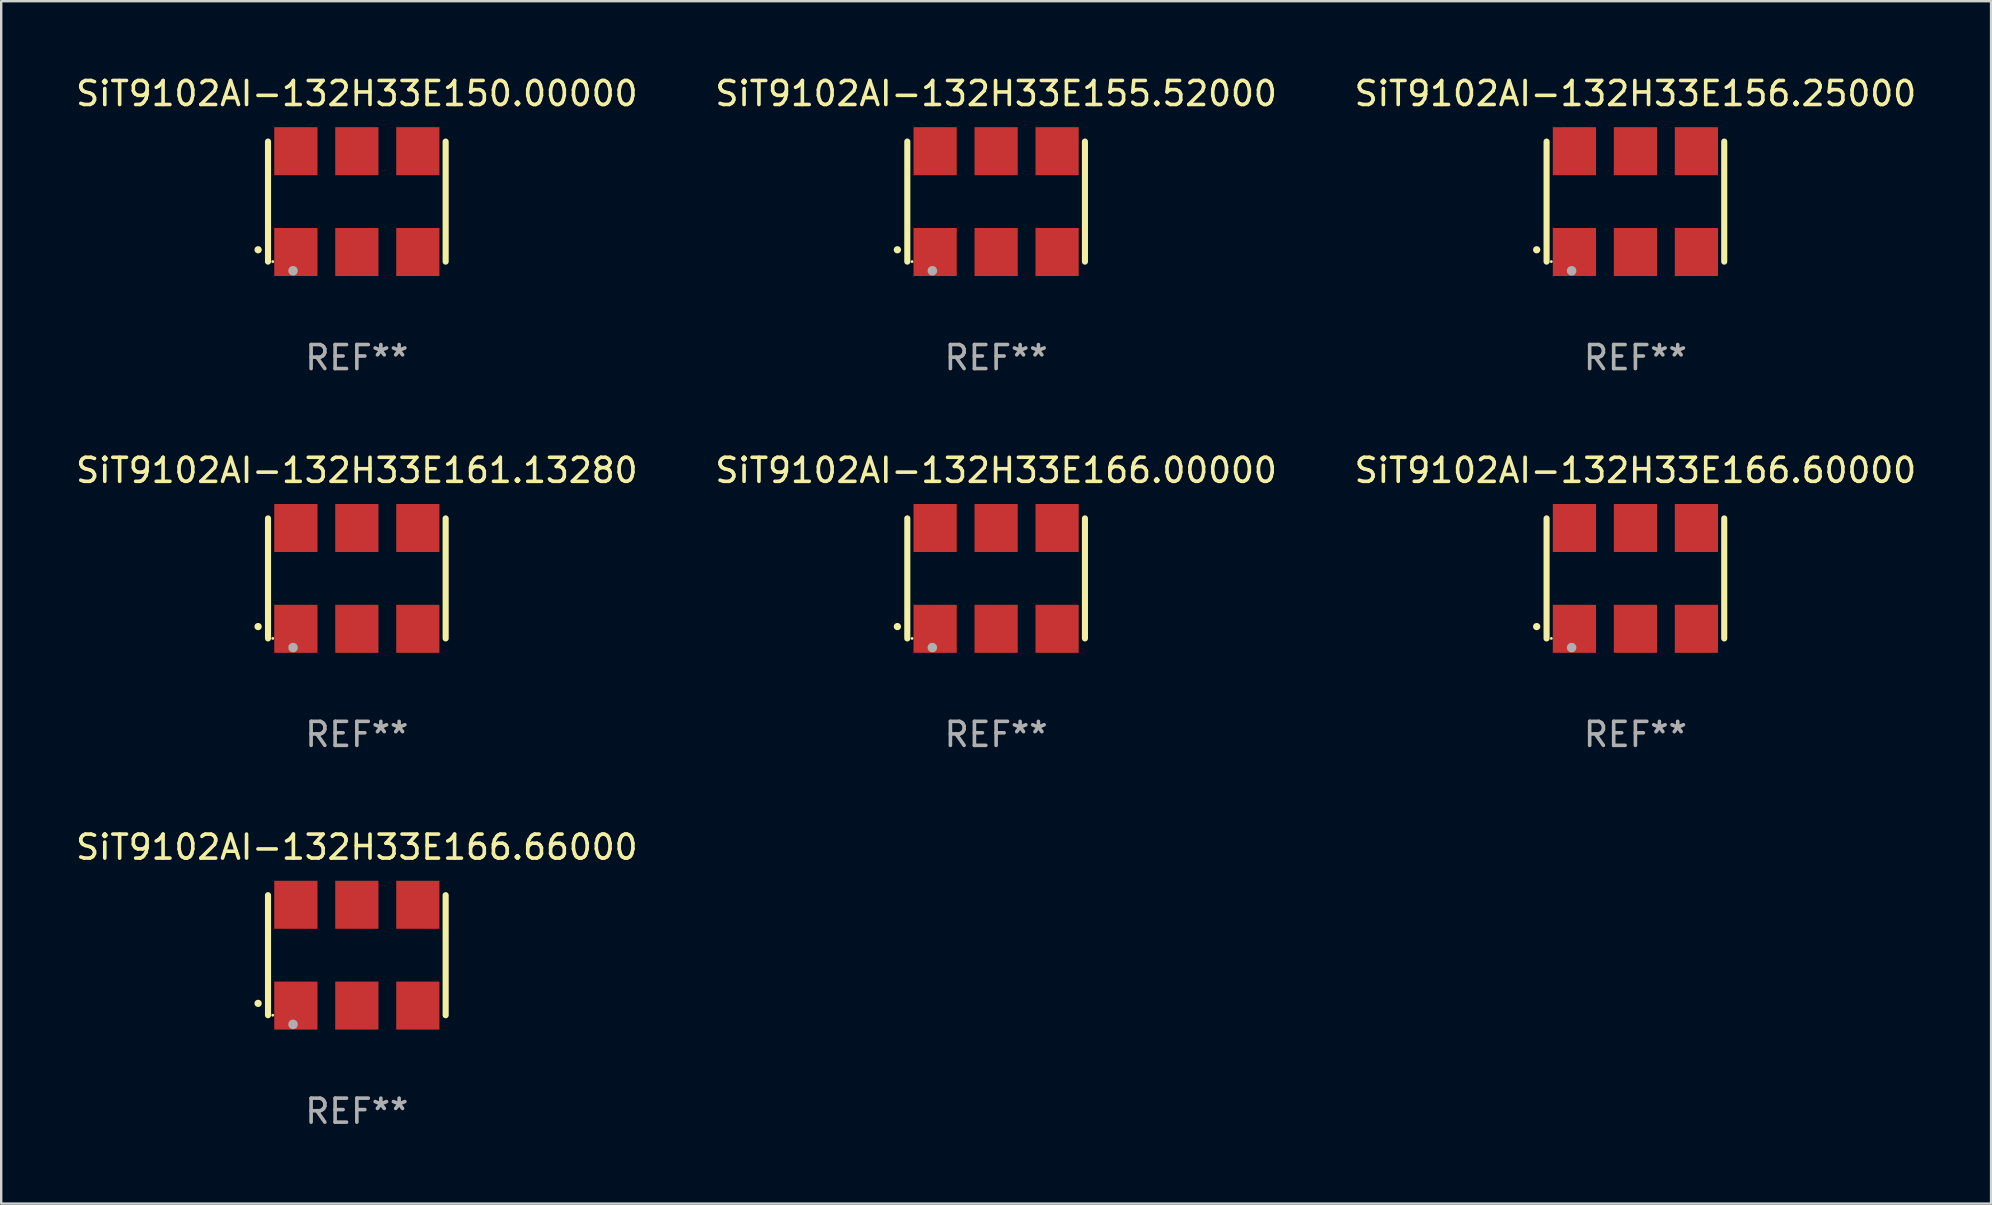
<source format=kicad_pcb>
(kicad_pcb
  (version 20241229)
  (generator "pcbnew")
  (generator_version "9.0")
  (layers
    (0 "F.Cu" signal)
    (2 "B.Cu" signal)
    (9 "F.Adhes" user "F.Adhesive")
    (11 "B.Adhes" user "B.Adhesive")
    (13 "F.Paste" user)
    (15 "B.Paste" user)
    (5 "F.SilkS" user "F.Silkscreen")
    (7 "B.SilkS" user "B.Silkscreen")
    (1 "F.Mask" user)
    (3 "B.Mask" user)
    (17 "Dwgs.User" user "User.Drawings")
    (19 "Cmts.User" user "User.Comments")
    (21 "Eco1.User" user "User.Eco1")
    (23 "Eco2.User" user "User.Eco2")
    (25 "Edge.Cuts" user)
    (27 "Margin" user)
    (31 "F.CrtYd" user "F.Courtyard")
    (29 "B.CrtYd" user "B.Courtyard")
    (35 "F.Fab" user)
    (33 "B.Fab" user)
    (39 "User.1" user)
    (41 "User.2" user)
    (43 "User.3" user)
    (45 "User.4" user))
  (footprint "SiT9102AI-132H33E166.66000"
    (layer "F.Cu")
    (at 11.815 36.741)
    (property "Reference" "SiT9102AI-132H33E166.66000" (at 0 -4.5 0) (layer "F.SilkS") (effects (font (size 1 1) (thickness 0.15))))
    (attr through_hole)
    (fp_line (start -3.7 -2.5) (end -3.7 2.5) (stroke (width 0.254) (type solid)) (layer "F.SilkS"))
    (fp_line (start 3.7 -2.5) (end 3.7 2.5) (stroke (width 0.254) (type solid)) (layer "F.SilkS"))
    (fp_arc (start -4.114415 2.006604) (mid -4.113145 2.006599) (end -4.111875 2.006604) (stroke (width 0.3) (type solid)) (layer "F.SilkS"))
    (fp_circle (center -3.502 2.5) (end -3.472 2.5) (stroke (width 0.06) (type solid)) (fill no) (layer "F.SilkS"))
    (fp_circle (center -2.657 2.882) (end -2.557 2.882) (stroke (width 0.2) (type solid)) (fill no) (layer "F.Fab"))
    (fp_text user "REF**" (at 0 6.5 0) (layer "F.Fab") (effects (font (size 1 1) (thickness 0.15))))
    (pad "1" smd rect (at -2.54 2.1) (size 1.8 2) (layers "F.Cu" "F.Mask" "F.Paste"))
    (pad "2" smd rect (at 0.000394 2.1) (size 1.8 2) (layers "F.Cu" "F.Mask" "F.Paste"))
    (pad "3" smd rect (at 2.54 2.1) (size 1.8 2) (layers "F.Cu" "F.Mask" "F.Paste"))
    (pad "4" smd rect (at 2.54 -2.1) (size 1.8 2) (layers "F.Cu" "F.Mask" "F.Paste"))
    (pad "5" smd rect (at 0.000394 -2.1) (size 1.8 2) (layers "F.Cu" "F.Mask" "F.Paste"))
    (pad "6" smd rect (at -2.54 -2.1) (size 1.8 2) (layers "F.Cu" "F.Mask" "F.Paste")))
  (footprint "SiT9102AI-132H33E156.25000"
    (layer "F.Cu")
    (at 65.077 5.348)
    (property "Reference" "SiT9102AI-132H33E156.25000" (at 0 -4.5 0) (layer "F.SilkS") (effects (font (size 1 1) (thickness 0.15))))
    (attr through_hole)
    (fp_line (start -3.7 -2.5) (end -3.7 2.5) (stroke (width 0.254) (type solid)) (layer "F.SilkS"))
    (fp_line (start 3.7 -2.5) (end 3.7 2.5) (stroke (width 0.254) (type solid)) (layer "F.SilkS"))
    (fp_arc (start -4.114415 2.006604) (mid -4.113145 2.006599) (end -4.111875 2.006604) (stroke (width 0.3) (type solid)) (layer "F.SilkS"))
    (fp_circle (center -3.502 2.5) (end -3.472 2.5) (stroke (width 0.06) (type solid)) (fill no) (layer "F.SilkS"))
    (fp_circle (center -2.657 2.882) (end -2.557 2.882) (stroke (width 0.2) (type solid)) (fill no) (layer "F.Fab"))
    (fp_text user "REF**" (at 0 6.5 0) (layer "F.Fab") (effects (font (size 1 1) (thickness 0.15))))
    (pad "1" smd rect (at -2.54 2.1) (size 1.8 2) (layers "F.Cu" "F.Mask" "F.Paste"))
    (pad "2" smd rect (at 0.000394 2.1) (size 1.8 2) (layers "F.Cu" "F.Mask" "F.Paste"))
    (pad "3" smd rect (at 2.54 2.1) (size 1.8 2) (layers "F.Cu" "F.Mask" "F.Paste"))
    (pad "4" smd rect (at 2.54 -2.1) (size 1.8 2) (layers "F.Cu" "F.Mask" "F.Paste"))
    (pad "5" smd rect (at 0.000394 -2.1) (size 1.8 2) (layers "F.Cu" "F.Mask" "F.Paste"))
    (pad "6" smd rect (at -2.54 -2.1) (size 1.8 2) (layers "F.Cu" "F.Mask" "F.Paste")))
  (footprint "SiT9102AI-132H33E166.60000"
    (layer "F.Cu")
    (at 65.077 21.045)
    (property "Reference" "SiT9102AI-132H33E166.60000" (at 0 -4.5 0) (layer "F.SilkS") (effects (font (size 1 1) (thickness 0.15))))
    (attr through_hole)
    (fp_line (start -3.7 -2.5) (end -3.7 2.5) (stroke (width 0.254) (type solid)) (layer "F.SilkS"))
    (fp_line (start 3.7 -2.5) (end 3.7 2.5) (stroke (width 0.254) (type solid)) (layer "F.SilkS"))
    (fp_arc (start -4.114415 2.006604) (mid -4.113145 2.006599) (end -4.111875 2.006604) (stroke (width 0.3) (type solid)) (layer "F.SilkS"))
    (fp_circle (center -3.502 2.5) (end -3.472 2.5) (stroke (width 0.06) (type solid)) (fill no) (layer "F.SilkS"))
    (fp_circle (center -2.657 2.882) (end -2.557 2.882) (stroke (width 0.2) (type solid)) (fill no) (layer "F.Fab"))
    (fp_text user "REF**" (at 0 6.5 0) (layer "F.Fab") (effects (font (size 1 1) (thickness 0.15))))
    (pad "1" smd rect (at -2.54 2.1) (size 1.8 2) (layers "F.Cu" "F.Mask" "F.Paste"))
    (pad "2" smd rect (at 0.000394 2.1) (size 1.8 2) (layers "F.Cu" "F.Mask" "F.Paste"))
    (pad "3" smd rect (at 2.54 2.1) (size 1.8 2) (layers "F.Cu" "F.Mask" "F.Paste"))
    (pad "4" smd rect (at 2.54 -2.1) (size 1.8 2) (layers "F.Cu" "F.Mask" "F.Paste"))
    (pad "5" smd rect (at 0.000394 -2.1) (size 1.8 2) (layers "F.Cu" "F.Mask" "F.Paste"))
    (pad "6" smd rect (at -2.54 -2.1) (size 1.8 2) (layers "F.Cu" "F.Mask" "F.Paste")))
  (footprint "SiT9102AI-132H33E150.00000"
    (layer "F.Cu")
    (at 11.815 5.348)
    (property "Reference" "SiT9102AI-132H33E150.00000" (at 0 -4.5 0) (layer "F.SilkS") (effects (font (size 1 1) (thickness 0.15))))
    (attr through_hole)
    (fp_line (start -3.7 -2.5) (end -3.7 2.5) (stroke (width 0.254) (type solid)) (layer "F.SilkS"))
    (fp_line (start 3.7 -2.5) (end 3.7 2.5) (stroke (width 0.254) (type solid)) (layer "F.SilkS"))
    (fp_arc (start -4.114415 2.006604) (mid -4.113145 2.006599) (end -4.111875 2.006604) (stroke (width 0.3) (type solid)) (layer "F.SilkS"))
    (fp_circle (center -3.502 2.5) (end -3.472 2.5) (stroke (width 0.06) (type solid)) (fill no) (layer "F.SilkS"))
    (fp_circle (center -2.657 2.882) (end -2.557 2.882) (stroke (width 0.2) (type solid)) (fill no) (layer "F.Fab"))
    (fp_text user "REF**" (at 0 6.5 0) (layer "F.Fab") (effects (font (size 1 1) (thickness 0.15))))
    (pad "1" smd rect (at -2.54 2.1) (size 1.8 2) (layers "F.Cu" "F.Mask" "F.Paste"))
    (pad "2" smd rect (at 0.000394 2.1) (size 1.8 2) (layers "F.Cu" "F.Mask" "F.Paste"))
    (pad "3" smd rect (at 2.54 2.1) (size 1.8 2) (layers "F.Cu" "F.Mask" "F.Paste"))
    (pad "4" smd rect (at 2.54 -2.1) (size 1.8 2) (layers "F.Cu" "F.Mask" "F.Paste"))
    (pad "5" smd rect (at 0.000394 -2.1) (size 1.8 2) (layers "F.Cu" "F.Mask" "F.Paste"))
    (pad "6" smd rect (at -2.54 -2.1) (size 1.8 2) (layers "F.Cu" "F.Mask" "F.Paste")))
  (footprint "SiT9102AI-132H33E161.13280"
    (layer "F.Cu")
    (at 11.815 21.045)
    (property "Reference" "SiT9102AI-132H33E161.13280" (at 0 -4.5 0) (layer "F.SilkS") (effects (font (size 1 1) (thickness 0.15))))
    (attr through_hole)
    (fp_line (start -3.7 -2.5) (end -3.7 2.5) (stroke (width 0.254) (type solid)) (layer "F.SilkS"))
    (fp_line (start 3.7 -2.5) (end 3.7 2.5) (stroke (width 0.254) (type solid)) (layer "F.SilkS"))
    (fp_arc (start -4.114415 2.006604) (mid -4.113145 2.006599) (end -4.111875 2.006604) (stroke (width 0.3) (type solid)) (layer "F.SilkS"))
    (fp_circle (center -3.502 2.5) (end -3.472 2.5) (stroke (width 0.06) (type solid)) (fill no) (layer "F.SilkS"))
    (fp_circle (center -2.657 2.882) (end -2.557 2.882) (stroke (width 0.2) (type solid)) (fill no) (layer "F.Fab"))
    (fp_text user "REF**" (at 0 6.5 0) (layer "F.Fab") (effects (font (size 1 1) (thickness 0.15))))
    (pad "1" smd rect (at -2.54 2.1) (size 1.8 2) (layers "F.Cu" "F.Mask" "F.Paste"))
    (pad "2" smd rect (at 0.000394 2.1) (size 1.8 2) (layers "F.Cu" "F.Mask" "F.Paste"))
    (pad "3" smd rect (at 2.54 2.1) (size 1.8 2) (layers "F.Cu" "F.Mask" "F.Paste"))
    (pad "4" smd rect (at 2.54 -2.1) (size 1.8 2) (layers "F.Cu" "F.Mask" "F.Paste"))
    (pad "5" smd rect (at 0.000394 -2.1) (size 1.8 2) (layers "F.Cu" "F.Mask" "F.Paste"))
    (pad "6" smd rect (at -2.54 -2.1) (size 1.8 2) (layers "F.Cu" "F.Mask" "F.Paste")))
  (footprint "SiT9102AI-132H33E155.52000"
    (layer "F.Cu")
    (at 38.446 5.348)
    (property "Reference" "SiT9102AI-132H33E155.52000" (at 0 -4.5 0) (layer "F.SilkS") (effects (font (size 1 1) (thickness 0.15))))
    (attr through_hole)
    (fp_line (start -3.7 -2.5) (end -3.7 2.5) (stroke (width 0.254) (type solid)) (layer "F.SilkS"))
    (fp_line (start 3.7 -2.5) (end 3.7 2.5) (stroke (width 0.254) (type solid)) (layer "F.SilkS"))
    (fp_arc (start -4.114415 2.006604) (mid -4.113145 2.006599) (end -4.111875 2.006604) (stroke (width 0.3) (type solid)) (layer "F.SilkS"))
    (fp_circle (center -3.502 2.5) (end -3.472 2.5) (stroke (width 0.06) (type solid)) (fill no) (layer "F.SilkS"))
    (fp_circle (center -2.657 2.882) (end -2.557 2.882) (stroke (width 0.2) (type solid)) (fill no) (layer "F.Fab"))
    (fp_text user "REF**" (at 0 6.5 0) (layer "F.Fab") (effects (font (size 1 1) (thickness 0.15))))
    (pad "1" smd rect (at -2.54 2.1) (size 1.8 2) (layers "F.Cu" "F.Mask" "F.Paste"))
    (pad "2" smd rect (at 0.000394 2.1) (size 1.8 2) (layers "F.Cu" "F.Mask" "F.Paste"))
    (pad "3" smd rect (at 2.54 2.1) (size 1.8 2) (layers "F.Cu" "F.Mask" "F.Paste"))
    (pad "4" smd rect (at 2.54 -2.1) (size 1.8 2) (layers "F.Cu" "F.Mask" "F.Paste"))
    (pad "5" smd rect (at 0.000394 -2.1) (size 1.8 2) (layers "F.Cu" "F.Mask" "F.Paste"))
    (pad "6" smd rect (at -2.54 -2.1) (size 1.8 2) (layers "F.Cu" "F.Mask" "F.Paste")))
  (footprint "SiT9102AI-132H33E166.00000"
    (layer "F.Cu")
    (at 38.446 21.045)
    (property "Reference" "SiT9102AI-132H33E166.00000" (at 0 -4.5 0) (layer "F.SilkS") (effects (font (size 1 1) (thickness 0.15))))
    (attr through_hole)
    (fp_line (start -3.7 -2.5) (end -3.7 2.5) (stroke (width 0.254) (type solid)) (layer "F.SilkS"))
    (fp_line (start 3.7 -2.5) (end 3.7 2.5) (stroke (width 0.254) (type solid)) (layer "F.SilkS"))
    (fp_arc (start -4.114415 2.006604) (mid -4.113145 2.006599) (end -4.111875 2.006604) (stroke (width 0.3) (type solid)) (layer "F.SilkS"))
    (fp_circle (center -3.502 2.5) (end -3.472 2.5) (stroke (width 0.06) (type solid)) (fill no) (layer "F.SilkS"))
    (fp_circle (center -2.657 2.882) (end -2.557 2.882) (stroke (width 0.2) (type solid)) (fill no) (layer "F.Fab"))
    (fp_text user "REF**" (at 0 6.5 0) (layer "F.Fab") (effects (font (size 1 1) (thickness 0.15))))
    (pad "1" smd rect (at -2.54 2.1) (size 1.8 2) (layers "F.Cu" "F.Mask" "F.Paste"))
    (pad "2" smd rect (at 0.000394 2.1) (size 1.8 2) (layers "F.Cu" "F.Mask" "F.Paste"))
    (pad "3" smd rect (at 2.54 2.1) (size 1.8 2) (layers "F.Cu" "F.Mask" "F.Paste"))
    (pad "4" smd rect (at 2.54 -2.1) (size 1.8 2) (layers "F.Cu" "F.Mask" "F.Paste"))
    (pad "5" smd rect (at 0.000394 -2.1) (size 1.8 2) (layers "F.Cu" "F.Mask" "F.Paste"))
    (pad "6" smd rect (at -2.54 -2.1) (size 1.8 2) (layers "F.Cu" "F.Mask" "F.Paste")))
  (gr_rect
    (start -3 -3)
    (end 79.893 47.09)
    (stroke (width 0.1) (type default))
    (fill no)
    (layer "Edge.Cuts")))
</source>
